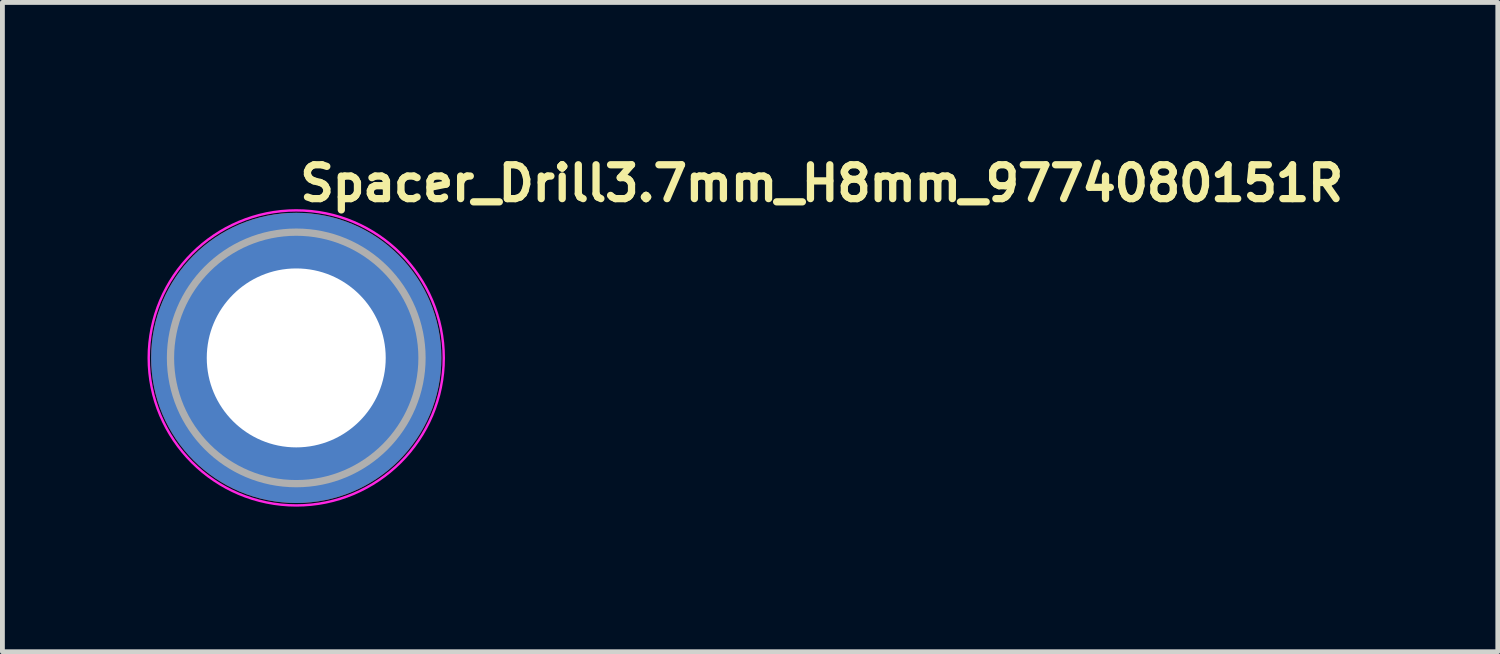
<source format=kicad_pcb>
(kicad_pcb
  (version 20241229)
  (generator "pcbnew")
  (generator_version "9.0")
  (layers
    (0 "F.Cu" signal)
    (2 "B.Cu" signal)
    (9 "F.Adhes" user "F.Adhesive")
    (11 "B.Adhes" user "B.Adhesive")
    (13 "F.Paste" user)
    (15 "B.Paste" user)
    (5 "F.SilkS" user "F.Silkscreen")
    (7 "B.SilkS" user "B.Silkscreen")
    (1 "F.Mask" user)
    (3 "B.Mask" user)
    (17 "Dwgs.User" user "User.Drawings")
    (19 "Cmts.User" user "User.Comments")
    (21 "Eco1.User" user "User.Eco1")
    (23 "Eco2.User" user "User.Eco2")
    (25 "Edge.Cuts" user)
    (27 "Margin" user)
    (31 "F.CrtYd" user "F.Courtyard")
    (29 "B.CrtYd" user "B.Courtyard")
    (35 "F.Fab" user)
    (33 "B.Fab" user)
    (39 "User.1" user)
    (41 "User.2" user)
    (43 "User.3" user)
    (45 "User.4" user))
  (footprint "Spacer_Drill3.7mm_H8mm_9774080151R"
    (layer "F.Cu")
    (at 3.075 4.35)
    (property "Reference" "Spacer_Drill3.7mm_H8mm_9774080151R" (at 0 -3.2 0) (layer "F.SilkS") (effects (font (size 0.7 0.7) (thickness 0.15)) (justify left bottom)))
    (attr smd)
    (fp_circle (center 0 0) (end 3.05 0) (stroke (width 0.05) (type solid)) (fill no) (layer "F.CrtYd"))
    (fp_circle (center 0 0) (end 2.6 0) (stroke (width 0.15) (type solid)) (fill no) (layer "F.Fab"))
    (fp_circle (center 0 0) (end 2.6 0) (stroke (width 0.1) (type solid)) (fill no) (layer "User.5"))
    (fp_circle (center 0 0) (end 1 0) (stroke (width 0.02) (type default)) (fill no) (layer "User.9"))
    (fp_circle (center 0 0) (end 2.55 0) (stroke (width 0.02) (type default)) (fill no) (layer "User.9"))
    (pad "" smd custom (at -1.7 -1.7) (size 0.62 0.62) (layers "F.Paste") (options (anchor circle)) (primitives (gr_arc (start -0.250195 1.279127) (mid 0.285453 0.294389) (end 1.266786 -0.24747) (width 0.2)) (gr_arc (start -0.34334 1.279127) (mid 0.218448 0.232561) (end 1.259603 -0.339191) (width 0.2)) (gr_arc (start -0.436309 1.279127) (mid 0.152481 0.169693) (end 1.255279 -0.431435) (width 0.2)) (gr_arc (start -0.529126 1.279127) (mid 0.087542 0.105784) (end 1.253811 -0.524161) (width 0.2)) (gr_arc (start -0.621807 1.279127) (mid 0.0309 0.033527) (end 1.275473 -0.621136) (width 0.2)) (gr_arc (start -0.71437 1.279127) (mid -0.037758 -0.026651) (end 1.263664 -0.711602) (width 0.2)) (gr_arc (start -0.806826 1.279127) (mid -0.105837 -0.087395) (end 1.253435 -0.802342) (width 0.2)) (gr_arc (start -0.899187 1.279127) (mid -0.165236 -0.156885) (end 1.267475 -0.897258) (width 0.2)) (gr_arc (start -0.991463 1.279127) (mid -0.228522 -0.222449) (end 1.270645 -0.990112) (width 0.2)) (gr_arc (start -1.083663 1.279127) (mid -0.294507 -0.285313) (end 1.266278 -1.081674) (width 0.2)) (gr_line (start 1.279 -0.25) (end 1.279 -1.084) (width 0.2)) (gr_line (start -0.25 1.279) (end -1.084 1.279) (width 0.2))))
    (pad "" smd custom (at -1.7 1.7 90) (size 0.62 0.62) (layers "F.Paste") (options (anchor circle)) (primitives (gr_arc (start -0.250195 1.279127) (mid 0.285453 0.294389) (end 1.266786 -0.24747) (width 0.2)) (gr_arc (start -0.34334 1.279127) (mid 0.218448 0.232561) (end 1.259603 -0.339191) (width 0.2)) (gr_arc (start -0.436309 1.279127) (mid 0.152481 0.169693) (end 1.255279 -0.431435) (width 0.2)) (gr_arc (start -0.529126 1.279127) (mid 0.087542 0.105784) (end 1.253811 -0.524161) (width 0.2)) (gr_arc (start -0.621807 1.279127) (mid 0.0309 0.033527) (end 1.275473 -0.621136) (width 0.2)) (gr_arc (start -0.71437 1.279127) (mid -0.037758 -0.026651) (end 1.263664 -0.711602) (width 0.2)) (gr_arc (start -0.806826 1.279127) (mid -0.105837 -0.087395) (end 1.253435 -0.802342) (width 0.2)) (gr_arc (start -0.899187 1.279127) (mid -0.165236 -0.156885) (end 1.267475 -0.897258) (width 0.2)) (gr_arc (start -0.991463 1.279127) (mid -0.228522 -0.222449) (end 1.270645 -0.990112) (width 0.2)) (gr_arc (start -1.083663 1.279127) (mid -0.294507 -0.285313) (end 1.266278 -1.081674) (width 0.2)) (gr_line (start 1.279 -0.25) (end 1.279 -1.084) (width 0.2)) (gr_line (start -0.25 1.279) (end -1.084 1.279) (width 0.2))))
    (pad "" smd custom (at 1.7 -1.7 270) (size 0.62 0.62) (layers "F.Paste") (options (anchor circle)) (primitives (gr_arc (start -0.250195 1.279127) (mid 0.285453 0.294389) (end 1.266786 -0.24747) (width 0.2)) (gr_arc (start -0.34334 1.279127) (mid 0.218448 0.232561) (end 1.259603 -0.339191) (width 0.2)) (gr_arc (start -0.436309 1.279127) (mid 0.152481 0.169693) (end 1.255279 -0.431435) (width 0.2)) (gr_arc (start -0.529126 1.279127) (mid 0.087542 0.105784) (end 1.253811 -0.524161) (width 0.2)) (gr_arc (start -0.621807 1.279127) (mid 0.0309 0.033527) (end 1.275473 -0.621136) (width 0.2)) (gr_arc (start -0.71437 1.279127) (mid -0.037758 -0.026651) (end 1.263664 -0.711602) (width 0.2)) (gr_arc (start -0.806826 1.279127) (mid -0.105837 -0.087395) (end 1.253435 -0.802342) (width 0.2)) (gr_arc (start -0.899187 1.279127) (mid -0.165236 -0.156885) (end 1.267475 -0.897258) (width 0.2)) (gr_arc (start -0.991463 1.279127) (mid -0.228522 -0.222449) (end 1.270645 -0.990112) (width 0.2)) (gr_arc (start -1.083663 1.279127) (mid -0.294507 -0.285313) (end 1.266278 -1.081674) (width 0.2)) (gr_line (start 1.279 -0.25) (end 1.279 -1.084) (width 0.2)) (gr_line (start -0.25 1.279) (end -1.084 1.279) (width 0.2))))
    (pad "" smd custom (at 1.7 1.7 180) (size 0.62 0.62) (layers "F.Paste") (options (anchor circle)) (primitives (gr_arc (start -0.250195 1.279127) (mid 0.285453 0.294389) (end 1.266786 -0.24747) (width 0.2)) (gr_arc (start -0.34334 1.279127) (mid 0.218448 0.232561) (end 1.259603 -0.339191) (width 0.2)) (gr_arc (start -0.436309 1.279127) (mid 0.152481 0.169693) (end 1.255279 -0.431435) (width 0.2)) (gr_arc (start -0.529126 1.279127) (mid 0.087542 0.105784) (end 1.253811 -0.524161) (width 0.2)) (gr_arc (start -0.621807 1.279127) (mid 0.0309 0.033527) (end 1.275473 -0.621136) (width 0.2)) (gr_arc (start -0.71437 1.279127) (mid -0.037758 -0.026651) (end 1.263664 -0.711602) (width 0.2)) (gr_arc (start -0.806826 1.279127) (mid -0.105837 -0.087395) (end 1.253435 -0.802342) (width 0.2)) (gr_arc (start -0.899187 1.279127) (mid -0.165236 -0.156885) (end 1.267475 -0.897258) (width 0.2)) (gr_arc (start -0.991463 1.279127) (mid -0.228522 -0.222449) (end 1.270645 -0.990112) (width 0.2)) (gr_arc (start -1.083663 1.279127) (mid -0.294507 -0.285313) (end 1.266278 -1.081674) (width 0.2)) (gr_line (start 1.279 -0.25) (end 1.279 -1.084) (width 0.2)) (gr_line (start -0.25 1.279) (end -1.084 1.279) (width 0.2))))
    (pad "1" thru_hole circle (at 0 0) (size 6 6) (drill 3.7) (layers "*.Cu" "*.Mask")))
  (gr_rect
    (start -3 -3)
    (end 27.918 10.425)
    (stroke (width 0.1) (type default))
    (fill no)
    (layer "Edge.Cuts")))
</source>
